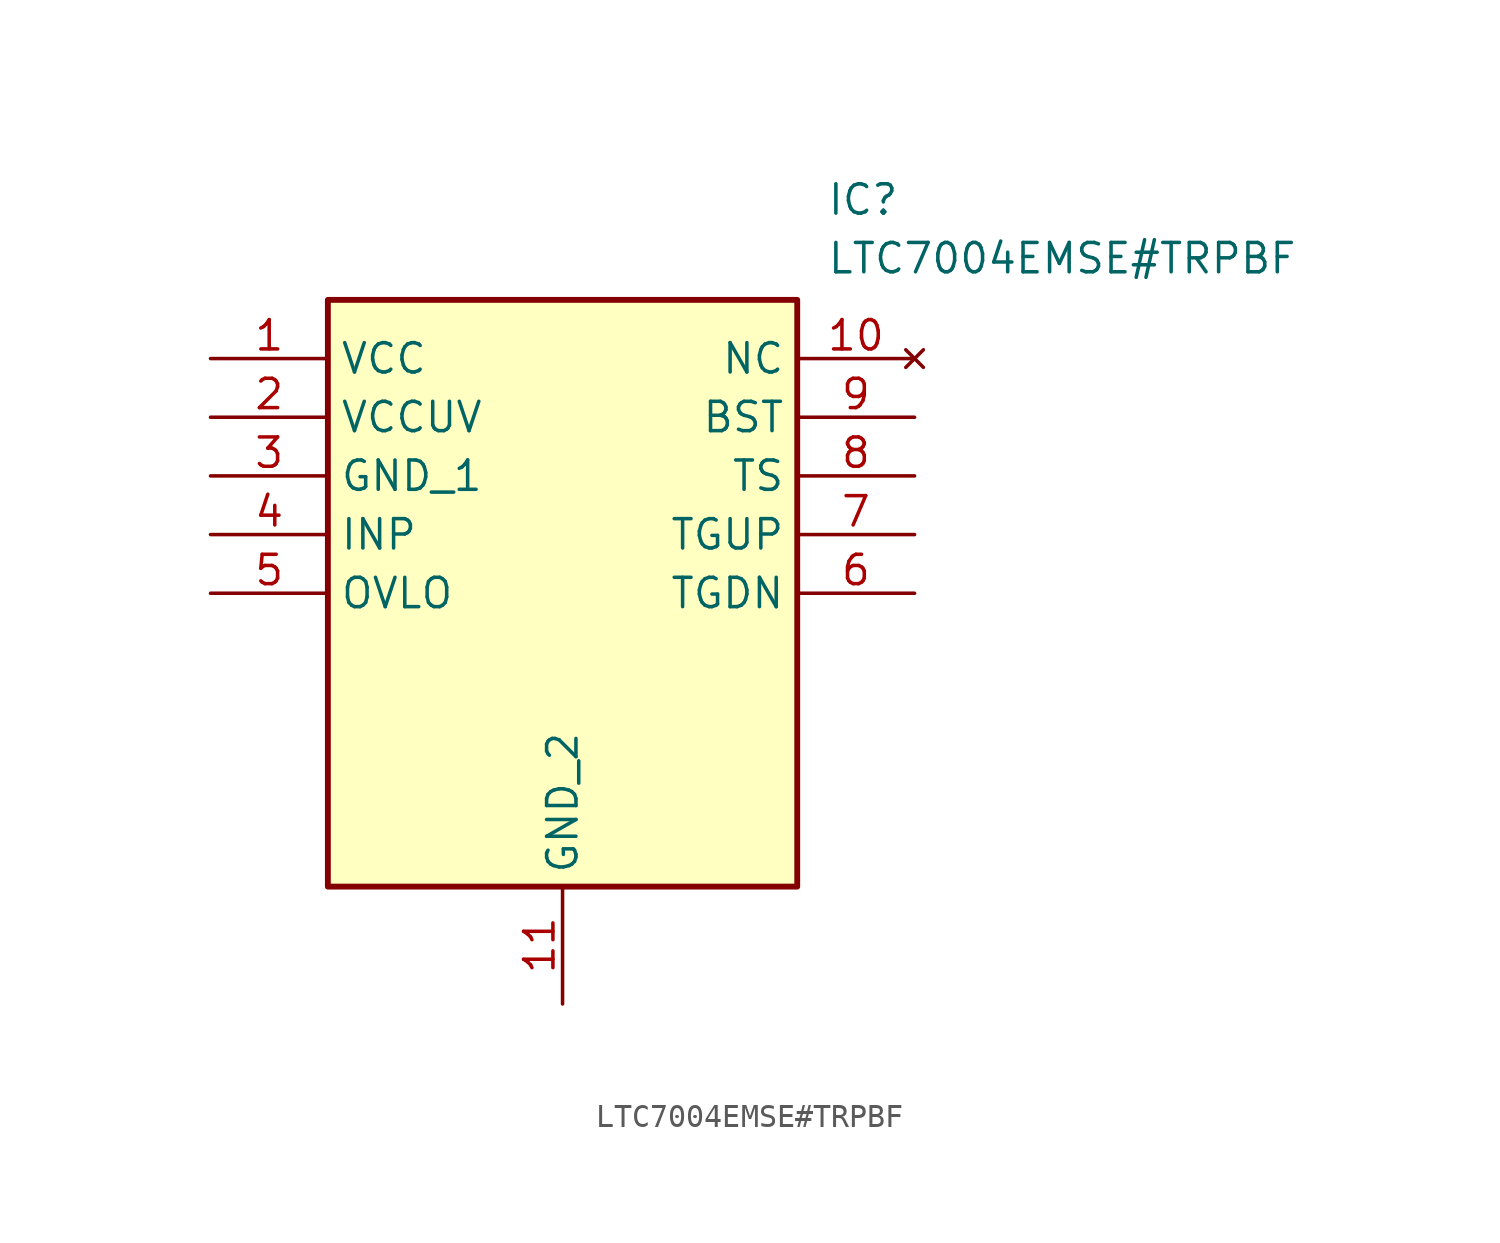
<source format=kicad_sym>
(kicad_symbol_lib
  (version 20231120)
  (generator "kicad_symbol_editor")
  (generator_version "8.0")
  (symbol "LTC7004EMSE#TRPBF"
    (property "Reference" "IC"
      (at 26.67 7.62 0)
      (effects (font (size 1.27 1.27)) (justify left top)))
    (property "Value" "LTC7004EMSE#TRPBF"
      (at 26.67 5.08 0)
      (effects (font (size 1.27 1.27)) (justify left top)))
    (symbol "LTC7004EMSE#TRPBF_1_1"
      (rectangle (start 5.08 2.54) (end 25.4 -22.86) (stroke (width 0.254) (type default)) (fill (type background)))
      (pin passive line (at 0 0 0) (length 5.08) (name "VCC" (effects (font (size 1.27 1.27)))) (number "1" (effects (font (size 1.27 1.27)))))
      (pin no_connect line (at 30.48 0 180) (length 5.08) (name "NC" (effects (font (size 1.27 1.27)))) (number "10" (effects (font (size 1.27 1.27)))))
      (pin passive line (at 15.24 -27.94 90) (length 5.08) (name "GND_2" (effects (font (size 1.27 1.27)))) (number "11" (effects (font (size 1.27 1.27)))))
      (pin passive line (at 0 -2.54 0) (length 5.08) (name "VCCUV" (effects (font (size 1.27 1.27)))) (number "2" (effects (font (size 1.27 1.27)))))
      (pin passive line (at 0 -5.08 0) (length 5.08) (name "GND_1" (effects (font (size 1.27 1.27)))) (number "3" (effects (font (size 1.27 1.27)))))
      (pin passive line (at 0 -7.62 0) (length 5.08) (name "INP" (effects (font (size 1.27 1.27)))) (number "4" (effects (font (size 1.27 1.27)))))
      (pin passive line (at 0 -10.16 0) (length 5.08) (name "OVLO" (effects (font (size 1.27 1.27)))) (number "5" (effects (font (size 1.27 1.27)))))
      (pin passive line (at 30.48 -10.16 180) (length 5.08) (name "TGDN" (effects (font (size 1.27 1.27)))) (number "6" (effects (font (size 1.27 1.27)))))
      (pin passive line (at 30.48 -7.62 180) (length 5.08) (name "TGUP" (effects (font (size 1.27 1.27)))) (number "7" (effects (font (size 1.27 1.27)))))
      (pin passive line (at 30.48 -5.08 180) (length 5.08) (name "TS" (effects (font (size 1.27 1.27)))) (number "8" (effects (font (size 1.27 1.27)))))
      (pin passive line (at 30.48 -2.54 180) (length 5.08) (name "BST" (effects (font (size 1.27 1.27)))) (number "9" (effects (font (size 1.27 1.27))))))))
</source>
